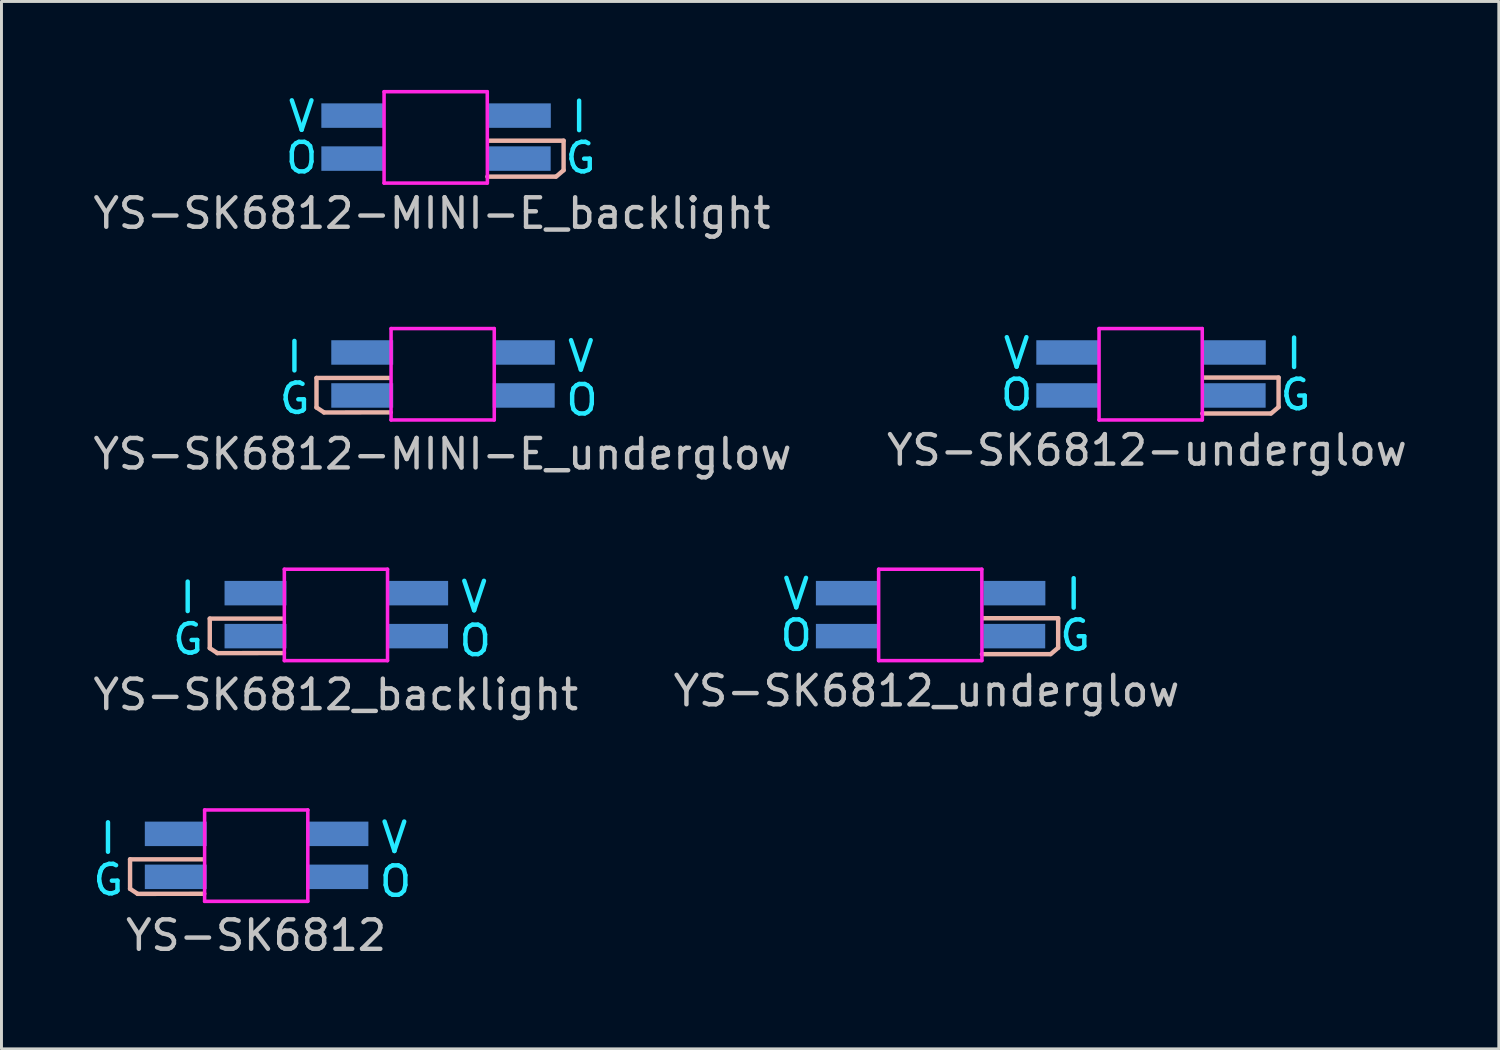
<source format=kicad_pcb>
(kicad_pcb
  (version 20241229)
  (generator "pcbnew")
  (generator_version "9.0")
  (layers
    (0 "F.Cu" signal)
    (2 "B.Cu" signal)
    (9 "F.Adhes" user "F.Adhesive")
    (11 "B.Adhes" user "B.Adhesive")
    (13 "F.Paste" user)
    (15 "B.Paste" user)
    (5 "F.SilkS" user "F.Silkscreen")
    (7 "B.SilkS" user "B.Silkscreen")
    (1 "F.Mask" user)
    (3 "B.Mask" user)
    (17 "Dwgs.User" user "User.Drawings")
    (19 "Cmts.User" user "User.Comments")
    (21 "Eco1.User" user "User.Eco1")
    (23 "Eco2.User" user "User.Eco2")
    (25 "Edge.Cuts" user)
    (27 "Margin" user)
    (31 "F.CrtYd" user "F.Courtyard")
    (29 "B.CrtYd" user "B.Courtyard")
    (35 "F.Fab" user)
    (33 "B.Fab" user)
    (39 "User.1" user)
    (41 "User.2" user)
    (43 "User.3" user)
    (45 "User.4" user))
  (footprint "YS-SK6812_backlight"
    (layer "F.Cu")
    (at 8.218 17.843)
    (property "Reference" "YS-SK6812_backlight" (at 0.121 2.669 0) (layer "Dwgs.User") (effects (font (size 1 1) (thickness 0.15))))
    (attr through_hole)
    (fp_line (start -4.153 0.089) (end -4.153 1.09) (stroke (width 0.15) (type solid)) (layer "B.SilkS"))
    (fp_line (start -4.153 1.09) (end -3.899 1.257) (stroke (width 0.15) (type solid)) (layer "B.SilkS"))
    (fp_line (start -3.899 1.26) (end -1.638 1.257) (stroke (width 0.15) (type solid)) (layer "B.SilkS"))
    (fp_line (start -1.687 0.089) (end -4.153 0.089) (stroke (width 0.15) (type solid)) (layer "B.SilkS"))
    (fp_line (start -1.624 -1.586) (end 1.876 -1.586) (stroke (width 0.12) (type solid)) (layer "F.CrtYd"))
    (fp_line (start -1.624 1.514) (end -1.624 -1.586) (stroke (width 0.12) (type solid)) (layer "F.CrtYd"))
    (fp_line (start -1.624 1.514) (end 1.876 1.514) (stroke (width 0.12) (type solid)) (layer "F.CrtYd"))
    (fp_line (start 1.876 -1.586) (end 1.876 1.514) (stroke (width 0.12) (type solid)) (layer "F.CrtYd"))
    (fp_text user "I" (at -4.902 -0.622 0) (layer "B.CrtYd") (effects (font (size 1 1) (thickness 0.15))))
    (fp_text user "G" (at -4.889 0.787 0) (layer "B.CrtYd") (effects (font (size 1 1) (thickness 0.15))))
    (fp_text user "V" (at 4.813 -0.648 0) (layer "B.CrtYd") (effects (font (size 1 1) (thickness 0.15))))
    (fp_text user "O" (at 4.851 0.838 0) (layer "B.CrtYd") (effects (font (size 1 1) (thickness 0.15))))
    (pad "1" smd rect (at 2.881 -0.775) (size 2.1 0.83) (layers "B.Cu" "B.Mask" "B.Paste"))
    (pad "2" smd rect (at 2.876 0.683) (size 2.1 0.83) (layers "B.Cu" "B.Mask" "B.Paste"))
    (pad "3" smd rect (at -2.602 0.683) (size 2.1 0.83) (layers "B.Cu" "B.Mask" "B.Paste"))
    (pad "4" smd rect (at -2.602 -0.775) (size 2.1 0.83) (layers "B.Cu" "B.Mask" "B.Paste")))
  (footprint "YS-SK6812-MINI-E_underglow"
    (layer "F.Cu")
    (at 11.838 9.68)
    (property "Reference" "YS-SK6812-MINI-E_underglow" (at 0.121 2.669 0) (layer "Dwgs.User") (effects (font (size 1 1) (thickness 0.15))))
    (attr through_hole)
    (fp_line (start -4.153 0.089) (end -4.153 1.09) (stroke (width 0.15) (type solid)) (layer "B.SilkS"))
    (fp_line (start -4.153 1.09) (end -3.899 1.257) (stroke (width 0.15) (type solid)) (layer "B.SilkS"))
    (fp_line (start -3.899 1.26) (end -1.638 1.257) (stroke (width 0.15) (type solid)) (layer "B.SilkS"))
    (fp_line (start -1.687 0.089) (end -4.153 0.089) (stroke (width 0.15) (type solid)) (layer "B.SilkS"))
    (fp_line (start -1.624 -1.586) (end 1.876 -1.586) (stroke (width 0.12) (type solid)) (layer "F.CrtYd"))
    (fp_line (start -1.624 1.514) (end -1.624 -1.586) (stroke (width 0.12) (type solid)) (layer "F.CrtYd"))
    (fp_line (start -1.624 1.514) (end 1.876 1.514) (stroke (width 0.12) (type solid)) (layer "F.CrtYd"))
    (fp_line (start 1.876 -1.586) (end 1.876 1.514) (stroke (width 0.12) (type solid)) (layer "F.CrtYd"))
    (fp_text user "V" (at 4.813 -0.648 0) (layer "B.CrtYd") (effects (font (size 1 1) (thickness 0.15))))
    (fp_text user "O" (at 4.851 0.838 0) (layer "B.CrtYd") (effects (font (size 1 1) (thickness 0.15))))
    (fp_text user "I" (at -4.902 -0.622 0) (layer "B.CrtYd") (effects (font (size 1 1) (thickness 0.15))))
    (fp_text user "G" (at -4.889 0.787 0) (layer "B.CrtYd") (effects (font (size 1 1) (thickness 0.15))))
    (pad "1" smd rect (at 2.881 -0.775) (size 2.1 0.83) (layers "B.Cu" "B.Mask" "B.Paste"))
    (pad "2" smd rect (at 2.876 0.683) (size 2.1 0.83) (layers "B.Cu" "B.Mask" "B.Paste"))
    (pad "3" smd rect (at -2.602 0.683) (size 2.1 0.83) (layers "B.Cu" "B.Mask" "B.Paste"))
    (pad "4" smd rect (at -2.602 -0.775) (size 2.1 0.83) (layers "B.Cu" "B.Mask" "B.Paste")))
  (footprint "YS-SK6812"
    (layer "F.Cu")
    (at 5.514 26.007)
    (property "Reference" "YS-SK6812" (at 0.121 2.669 0) (layer "Dwgs.User") (effects (font (size 1 1) (thickness 0.15))))
    (attr through_hole)
    (fp_line (start -4.153 0.089) (end -4.153 1.09) (stroke (width 0.15) (type solid)) (layer "B.SilkS"))
    (fp_line (start -4.153 1.09) (end -3.899 1.257) (stroke (width 0.15) (type solid)) (layer "B.SilkS"))
    (fp_line (start -3.899 1.26) (end -1.638 1.257) (stroke (width 0.15) (type solid)) (layer "B.SilkS"))
    (fp_line (start -1.687 0.089) (end -4.153 0.089) (stroke (width 0.15) (type solid)) (layer "B.SilkS"))
    (fp_line (start -1.624 -1.586) (end 1.876 -1.586) (stroke (width 0.12) (type solid)) (layer "F.CrtYd"))
    (fp_line (start -1.624 1.514) (end -1.624 -1.586) (stroke (width 0.12) (type solid)) (layer "F.CrtYd"))
    (fp_line (start -1.624 1.514) (end 1.876 1.514) (stroke (width 0.12) (type solid)) (layer "F.CrtYd"))
    (fp_line (start 1.876 -1.586) (end 1.876 1.514) (stroke (width 0.12) (type solid)) (layer "F.CrtYd"))
    (fp_text user "G" (at -4.889 0.787 0) (layer "B.CrtYd") (effects (font (size 1 1) (thickness 0.15))))
    (fp_text user "O" (at 4.851 0.838 0) (layer "B.CrtYd") (effects (font (size 1 1) (thickness 0.15))))
    (fp_text user "V" (at 4.813 -0.648 0) (layer "B.CrtYd") (effects (font (size 1 1) (thickness 0.15))))
    (fp_text user "I" (at -4.902 -0.622 0) (layer "B.CrtYd") (effects (font (size 1 1) (thickness 0.15))))
    (pad "1" smd rect (at 2.881 -0.775) (size 2.1 0.83) (layers "B.Cu" "B.Mask" "B.Paste"))
    (pad "2" smd rect (at 2.876 0.683) (size 2.1 0.83) (layers "B.Cu" "B.Mask" "B.Paste"))
    (pad "3" smd rect (at -2.602 0.683) (size 2.1 0.83) (layers "B.Cu" "B.Mask" "B.Paste"))
    (pad "4" smd rect (at -2.602 -0.775) (size 2.1 0.83) (layers "B.Cu" "B.Mask" "B.Paste")))
  (footprint "YS-SK6812-underglow"
    (layer "F.Cu")
    (at 35.851 9.718)
    (property "Reference" "YS-SK6812-underglow" (at 0 2.502 0) (layer "Dwgs.User") (effects (font (size 1 1) (thickness 0.15))))
    (attr through_hole)
    (fp_line (start 1.88 1.257) (end 4.191 1.257) (stroke (width 0.15) (type solid)) (layer "B.SilkS"))
    (fp_line (start 4.465 0.038) (end 1.93 0.038) (stroke (width 0.15) (type solid)) (layer "B.SilkS"))
    (fp_line (start 4.465 0.038) (end 4.465 1.039) (stroke (width 0.15) (type solid)) (layer "B.SilkS"))
    (fp_line (start 4.465 1.039) (end 4.211 1.257) (stroke (width 0.15) (type solid)) (layer "B.SilkS"))
    (fp_line (start -1.624 -1.624) (end 1.876 -1.624) (stroke (width 0.12) (type solid)) (layer "F.CrtYd"))
    (fp_line (start -1.624 1.476) (end -1.624 -1.624) (stroke (width 0.12) (type solid)) (layer "F.CrtYd"))
    (fp_line (start -1.624 1.476) (end 1.876 1.476) (stroke (width 0.12) (type solid)) (layer "F.CrtYd"))
    (fp_line (start 1.876 -1.624) (end 1.88 1.473) (stroke (width 0.12) (type solid)) (layer "F.CrtYd"))
    (fp_text user "O" (at -4.42 0.622 0) (layer "B.CrtYd") (effects (font (size 1 1) (thickness 0.15))))
    (fp_text user "I" (at 4.991 -0.775 0) (layer "B.CrtYd") (effects (font (size 1 1) (thickness 0.15))))
    (fp_text user "V" (at -4.42 -0.787 0) (layer "B.CrtYd") (effects (font (size 1 1) (thickness 0.15))))
    (fp_text user "G" (at 5.042 0.622 0) (layer "B.CrtYd") (effects (font (size 1 1) (thickness 0.15))))
    (pad "1" smd rect (at -2.702 -0.813) (size 2.1 0.83) (layers "B.Cu" "B.Mask" "B.Paste"))
    (pad "2" smd rect (at -2.702 0.645) (size 2.1 0.83) (layers "B.Cu" "B.Mask" "B.Paste"))
    (pad "3" smd rect (at 2.976 0.645) (size 2.1 0.83) (layers "B.Cu" "B.Mask" "B.Paste"))
    (pad "4" smd rect (at 2.981 -0.813) (size 2.1 0.83) (layers "B.Cu" "B.Mask" "B.Paste")))
  (footprint "YS-SK6812_underglow"
    (layer "F.Cu")
    (at 28.375 17.881)
    (property "Reference" "YS-SK6812_underglow" (at 0 2.502 0) (layer "Dwgs.User") (effects (font (size 1 1) (thickness 0.15))))
    (attr through_hole)
    (fp_line (start 1.88 1.257) (end 4.191 1.257) (stroke (width 0.15) (type solid)) (layer "B.SilkS"))
    (fp_line (start 4.465 0.038) (end 1.93 0.038) (stroke (width 0.15) (type solid)) (layer "B.SilkS"))
    (fp_line (start 4.465 0.038) (end 4.465 1.039) (stroke (width 0.15) (type solid)) (layer "B.SilkS"))
    (fp_line (start 4.465 1.039) (end 4.211 1.257) (stroke (width 0.15) (type solid)) (layer "B.SilkS"))
    (fp_line (start -1.624 -1.624) (end 1.876 -1.624) (stroke (width 0.12) (type solid)) (layer "F.CrtYd"))
    (fp_line (start -1.624 1.476) (end -1.624 -1.624) (stroke (width 0.12) (type solid)) (layer "F.CrtYd"))
    (fp_line (start -1.624 1.476) (end 1.876 1.476) (stroke (width 0.12) (type solid)) (layer "F.CrtYd"))
    (fp_line (start 1.876 -1.624) (end 1.88 1.473) (stroke (width 0.12) (type solid)) (layer "F.CrtYd"))
    (fp_text user "G" (at 5.042 0.622 0) (layer "B.CrtYd") (effects (font (size 1 1) (thickness 0.15))))
    (fp_text user "O" (at -4.42 0.622 0) (layer "B.CrtYd") (effects (font (size 1 1) (thickness 0.15))))
    (fp_text user "V" (at -4.42 -0.787 0) (layer "B.CrtYd") (effects (font (size 1 1) (thickness 0.15))))
    (fp_text user "I" (at 4.991 -0.775 0) (layer "B.CrtYd") (effects (font (size 1 1) (thickness 0.15))))
    (pad "1" smd rect (at -2.702 -0.813) (size 2.1 0.83) (layers "B.Cu" "B.Mask" "B.Paste"))
    (pad "2" smd rect (at -2.702 0.645) (size 2.1 0.83) (layers "B.Cu" "B.Mask" "B.Paste"))
    (pad "3" smd rect (at 2.976 0.645) (size 2.1 0.83) (layers "B.Cu" "B.Mask" "B.Paste"))
    (pad "4" smd rect (at 2.981 -0.813) (size 2.1 0.83) (layers "B.Cu" "B.Mask" "B.Paste")))
  (footprint "YS-SK6812-MINI-E_backlight"
    (layer "F.Cu")
    (at 11.601 1.684)
    (property "Reference" "YS-SK6812-MINI-E_backlight" (at 0 2.502 0) (layer "Dwgs.User") (effects (font (size 1 1) (thickness 0.15))))
    (attr through_hole)
    (fp_line (start 1.88 1.257) (end 4.191 1.257) (stroke (width 0.15) (type solid)) (layer "B.SilkS"))
    (fp_line (start 4.465 0.038) (end 1.93 0.038) (stroke (width 0.15) (type solid)) (layer "B.SilkS"))
    (fp_line (start 4.465 0.038) (end 4.465 1.039) (stroke (width 0.15) (type solid)) (layer "B.SilkS"))
    (fp_line (start 4.465 1.039) (end 4.211 1.257) (stroke (width 0.15) (type solid)) (layer "B.SilkS"))
    (fp_line (start -1.624 -1.624) (end 1.876 -1.624) (stroke (width 0.12) (type solid)) (layer "F.CrtYd"))
    (fp_line (start -1.624 1.476) (end -1.624 -1.624) (stroke (width 0.12) (type solid)) (layer "F.CrtYd"))
    (fp_line (start -1.624 1.476) (end 1.876 1.476) (stroke (width 0.12) (type solid)) (layer "F.CrtYd"))
    (fp_line (start 1.876 -1.624) (end 1.88 1.473) (stroke (width 0.12) (type solid)) (layer "F.CrtYd"))
    (fp_text user "G" (at 5.042 0.622 0) (layer "B.CrtYd") (effects (font (size 1 1) (thickness 0.15))))
    (fp_text user "I" (at 4.991 -0.775 0) (layer "B.CrtYd") (effects (font (size 1 1) (thickness 0.15))))
    (fp_text user "O" (at -4.42 0.622 0) (layer "B.CrtYd") (effects (font (size 1 1) (thickness 0.15))))
    (fp_text user "V" (at -4.42 -0.787 0) (layer "B.CrtYd") (effects (font (size 1 1) (thickness 0.15))))
    (pad "1" smd rect (at -2.702 -0.813) (size 2.1 0.83) (layers "B.Cu" "B.Mask" "B.Paste"))
    (pad "2" smd rect (at -2.702 0.645) (size 2.1 0.83) (layers "B.Cu" "B.Mask" "B.Paste"))
    (pad "3" smd rect (at 2.976 0.645) (size 2.1 0.83) (layers "B.Cu" "B.Mask" "B.Paste"))
    (pad "4" smd rect (at 2.981 -0.813) (size 2.1 0.83) (layers "B.Cu" "B.Mask" "B.Paste")))
  (gr_rect
    (start -3 -3)
    (end 47.786 32.524)
    (stroke (width 0.1) (type default))
    (fill no)
    (layer "Edge.Cuts")))
</source>
